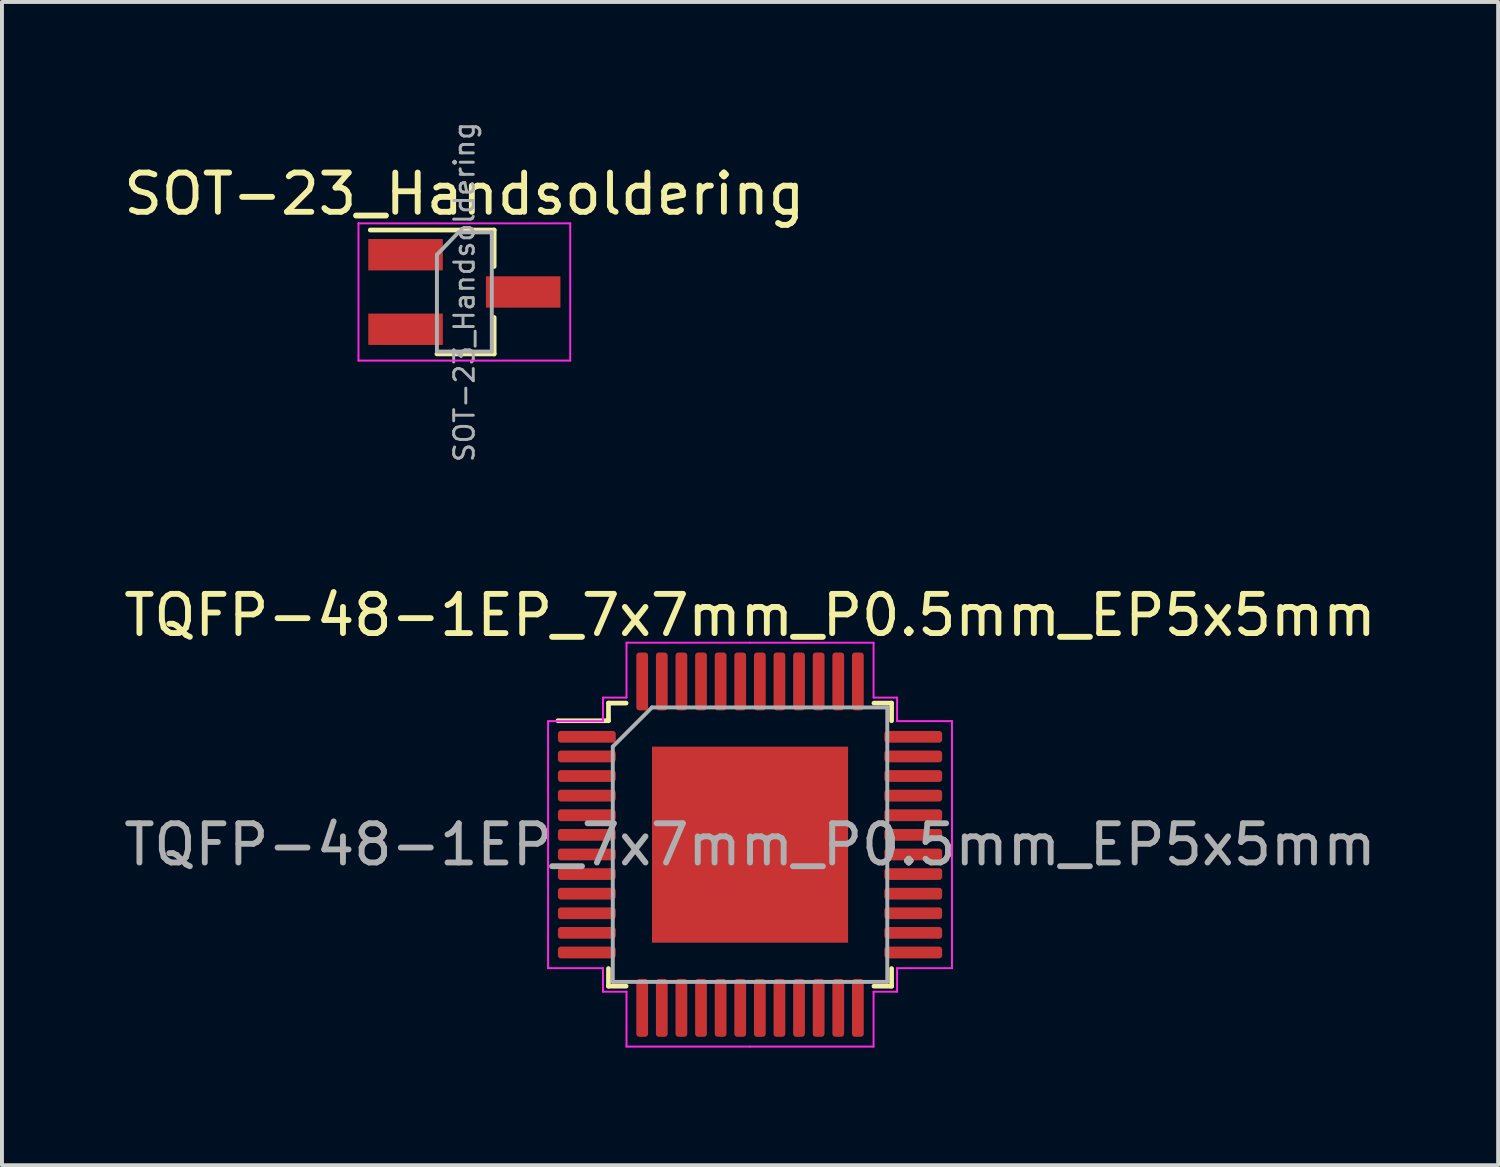
<source format=kicad_pcb>
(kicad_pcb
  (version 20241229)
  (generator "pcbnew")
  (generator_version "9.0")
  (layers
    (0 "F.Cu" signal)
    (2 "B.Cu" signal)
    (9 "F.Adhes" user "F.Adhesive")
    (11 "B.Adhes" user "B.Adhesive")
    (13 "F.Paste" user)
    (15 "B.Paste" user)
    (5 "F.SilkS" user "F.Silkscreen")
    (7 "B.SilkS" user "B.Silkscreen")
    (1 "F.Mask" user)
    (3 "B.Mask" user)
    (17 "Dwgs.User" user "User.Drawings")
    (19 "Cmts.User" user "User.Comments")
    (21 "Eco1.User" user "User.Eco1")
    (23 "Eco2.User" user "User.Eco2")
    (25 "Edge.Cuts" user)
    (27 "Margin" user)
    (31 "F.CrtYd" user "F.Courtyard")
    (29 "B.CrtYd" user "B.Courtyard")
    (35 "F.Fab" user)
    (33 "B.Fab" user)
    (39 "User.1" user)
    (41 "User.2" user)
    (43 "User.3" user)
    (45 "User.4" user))
  (footprint "TQFP-48-1EP_7x7mm_P0.5mm_EP5x5mm"
    (layer "F.Cu")
    (at 16.077 18.49)
    (property "Reference" "TQFP-48-1EP_7x7mm_P0.5mm_EP5x5mm" (at 0 -5.85 0) (layer "F.SilkS") (effects (font (size 1 1) (thickness 0.15))))
    (attr smd)
    (fp_line (start -3.61 -3.61) (end -3.61 -3.16) (stroke (width 0.12) (type solid)) (layer "F.SilkS"))
    (fp_line (start -3.61 -3.16) (end -4.9 -3.16) (stroke (width 0.12) (type solid)) (layer "F.SilkS"))
    (fp_line (start -3.61 3.61) (end -3.61 3.16) (stroke (width 0.12) (type solid)) (layer "F.SilkS"))
    (fp_line (start -3.16 -3.61) (end -3.61 -3.61) (stroke (width 0.12) (type solid)) (layer "F.SilkS"))
    (fp_line (start -3.16 3.61) (end -3.61 3.61) (stroke (width 0.12) (type solid)) (layer "F.SilkS"))
    (fp_line (start 3.16 -3.61) (end 3.61 -3.61) (stroke (width 0.12) (type solid)) (layer "F.SilkS"))
    (fp_line (start 3.16 3.61) (end 3.61 3.61) (stroke (width 0.12) (type solid)) (layer "F.SilkS"))
    (fp_line (start 3.61 -3.61) (end 3.61 -3.16) (stroke (width 0.12) (type solid)) (layer "F.SilkS"))
    (fp_line (start 3.61 3.61) (end 3.61 3.16) (stroke (width 0.12) (type solid)) (layer "F.SilkS"))
    (fp_line (start -5.15 -3.15) (end -5.15 0) (stroke (width 0.05) (type solid)) (layer "F.CrtYd"))
    (fp_line (start -5.15 3.15) (end -5.15 0) (stroke (width 0.05) (type solid)) (layer "F.CrtYd"))
    (fp_line (start -3.75 -3.75) (end -3.75 -3.15) (stroke (width 0.05) (type solid)) (layer "F.CrtYd"))
    (fp_line (start -3.75 -3.15) (end -5.15 -3.15) (stroke (width 0.05) (type solid)) (layer "F.CrtYd"))
    (fp_line (start -3.75 3.15) (end -5.15 3.15) (stroke (width 0.05) (type solid)) (layer "F.CrtYd"))
    (fp_line (start -3.75 3.75) (end -3.75 3.15) (stroke (width 0.05) (type solid)) (layer "F.CrtYd"))
    (fp_line (start -3.15 -5.15) (end -3.15 -3.75) (stroke (width 0.05) (type solid)) (layer "F.CrtYd"))
    (fp_line (start -3.15 -3.75) (end -3.75 -3.75) (stroke (width 0.05) (type solid)) (layer "F.CrtYd"))
    (fp_line (start -3.15 3.75) (end -3.75 3.75) (stroke (width 0.05) (type solid)) (layer "F.CrtYd"))
    (fp_line (start -3.15 5.15) (end -3.15 3.75) (stroke (width 0.05) (type solid)) (layer "F.CrtYd"))
    (fp_line (start 0 -5.15) (end -3.15 -5.15) (stroke (width 0.05) (type solid)) (layer "F.CrtYd"))
    (fp_line (start 0 -5.15) (end 3.15 -5.15) (stroke (width 0.05) (type solid)) (layer "F.CrtYd"))
    (fp_line (start 0 5.15) (end -3.15 5.15) (stroke (width 0.05) (type solid)) (layer "F.CrtYd"))
    (fp_line (start 0 5.15) (end 3.15 5.15) (stroke (width 0.05) (type solid)) (layer "F.CrtYd"))
    (fp_line (start 3.15 -5.15) (end 3.15 -3.75) (stroke (width 0.05) (type solid)) (layer "F.CrtYd"))
    (fp_line (start 3.15 -3.75) (end 3.75 -3.75) (stroke (width 0.05) (type solid)) (layer "F.CrtYd"))
    (fp_line (start 3.15 3.75) (end 3.75 3.75) (stroke (width 0.05) (type solid)) (layer "F.CrtYd"))
    (fp_line (start 3.15 5.15) (end 3.15 3.75) (stroke (width 0.05) (type solid)) (layer "F.CrtYd"))
    (fp_line (start 3.75 -3.75) (end 3.75 -3.15) (stroke (width 0.05) (type solid)) (layer "F.CrtYd"))
    (fp_line (start 3.75 -3.15) (end 5.15 -3.15) (stroke (width 0.05) (type solid)) (layer "F.CrtYd"))
    (fp_line (start 3.75 3.15) (end 5.15 3.15) (stroke (width 0.05) (type solid)) (layer "F.CrtYd"))
    (fp_line (start 3.75 3.75) (end 3.75 3.15) (stroke (width 0.05) (type solid)) (layer "F.CrtYd"))
    (fp_line (start 5.15 -3.15) (end 5.15 0) (stroke (width 0.05) (type solid)) (layer "F.CrtYd"))
    (fp_line (start 5.15 3.15) (end 5.15 0) (stroke (width 0.05) (type solid)) (layer "F.CrtYd"))
    (fp_line (start -3.5 -2.5) (end -2.5 -3.5) (stroke (width 0.1) (type solid)) (layer "F.Fab"))
    (fp_line (start -3.5 3.5) (end -3.5 -2.5) (stroke (width 0.1) (type solid)) (layer "F.Fab"))
    (fp_line (start -2.5 -3.5) (end 3.5 -3.5) (stroke (width 0.1) (type solid)) (layer "F.Fab"))
    (fp_line (start 3.5 -3.5) (end 3.5 3.5) (stroke (width 0.1) (type solid)) (layer "F.Fab"))
    (fp_line (start 3.5 3.5) (end -3.5 3.5) (stroke (width 0.1) (type solid)) (layer "F.Fab"))
    (fp_text user "${REFERENCE}" (at 0 0 0) (layer "F.Fab") (effects (font (size 1 1) (thickness 0.15))))
    (pad "" smd roundrect (at -1.875 -1.875) (size 1.01 1.01) (layers "F.Paste") (roundrect_rratio 0.248))
    (pad "" smd roundrect (at -1.875 -0.625) (size 1.01 1.01) (layers "F.Paste") (roundrect_rratio 0.248))
    (pad "" smd roundrect (at -1.875 0.625) (size 1.01 1.01) (layers "F.Paste") (roundrect_rratio 0.248))
    (pad "" smd roundrect (at -1.875 1.875) (size 1.01 1.01) (layers "F.Paste") (roundrect_rratio 0.248))
    (pad "" smd roundrect (at -0.625 -1.875) (size 1.01 1.01) (layers "F.Paste") (roundrect_rratio 0.248))
    (pad "" smd roundrect (at -0.625 -0.625) (size 1.01 1.01) (layers "F.Paste") (roundrect_rratio 0.248))
    (pad "" smd roundrect (at -0.625 0.625) (size 1.01 1.01) (layers "F.Paste") (roundrect_rratio 0.248))
    (pad "" smd roundrect (at -0.625 1.875) (size 1.01 1.01) (layers "F.Paste") (roundrect_rratio 0.248))
    (pad "" smd roundrect (at 0.625 -1.875) (size 1.01 1.01) (layers "F.Paste") (roundrect_rratio 0.248))
    (pad "" smd roundrect (at 0.625 -0.625) (size 1.01 1.01) (layers "F.Paste") (roundrect_rratio 0.248))
    (pad "" smd roundrect (at 0.625 0.625) (size 1.01 1.01) (layers "F.Paste") (roundrect_rratio 0.248))
    (pad "" smd roundrect (at 0.625 1.875) (size 1.01 1.01) (layers "F.Paste") (roundrect_rratio 0.248))
    (pad "" smd roundrect (at 1.875 -1.875) (size 1.01 1.01) (layers "F.Paste") (roundrect_rratio 0.248))
    (pad "" smd roundrect (at 1.875 -0.625) (size 1.01 1.01) (layers "F.Paste") (roundrect_rratio 0.248))
    (pad "" smd roundrect (at 1.875 0.625) (size 1.01 1.01) (layers "F.Paste") (roundrect_rratio 0.248))
    (pad "" smd roundrect (at 1.875 1.875) (size 1.01 1.01) (layers "F.Paste") (roundrect_rratio 0.248))
    (pad "1" smd roundrect (at -4.162 -2.75) (size 1.475 0.3) (layers "F.Cu" "F.Mask" "F.Paste") (roundrect_rratio 0.25))
    (pad "2" smd roundrect (at -4.162 -2.25) (size 1.475 0.3) (layers "F.Cu" "F.Mask" "F.Paste") (roundrect_rratio 0.25))
    (pad "3" smd roundrect (at -4.162 -1.75) (size 1.475 0.3) (layers "F.Cu" "F.Mask" "F.Paste") (roundrect_rratio 0.25))
    (pad "4" smd roundrect (at -4.162 -1.25) (size 1.475 0.3) (layers "F.Cu" "F.Mask" "F.Paste") (roundrect_rratio 0.25))
    (pad "5" smd roundrect (at -4.162 -0.75) (size 1.475 0.3) (layers "F.Cu" "F.Mask" "F.Paste") (roundrect_rratio 0.25))
    (pad "6" smd roundrect (at -4.162 -0.25) (size 1.475 0.3) (layers "F.Cu" "F.Mask" "F.Paste") (roundrect_rratio 0.25))
    (pad "7" smd roundrect (at -4.162 0.25) (size 1.475 0.3) (layers "F.Cu" "F.Mask" "F.Paste") (roundrect_rratio 0.25))
    (pad "8" smd roundrect (at -4.162 0.75) (size 1.475 0.3) (layers "F.Cu" "F.Mask" "F.Paste") (roundrect_rratio 0.25))
    (pad "9" smd roundrect (at -4.162 1.25) (size 1.475 0.3) (layers "F.Cu" "F.Mask" "F.Paste") (roundrect_rratio 0.25))
    (pad "10" smd roundrect (at -4.162 1.75) (size 1.475 0.3) (layers "F.Cu" "F.Mask" "F.Paste") (roundrect_rratio 0.25))
    (pad "11" smd roundrect (at -4.162 2.25) (size 1.475 0.3) (layers "F.Cu" "F.Mask" "F.Paste") (roundrect_rratio 0.25))
    (pad "12" smd roundrect (at -4.162 2.75) (size 1.475 0.3) (layers "F.Cu" "F.Mask" "F.Paste") (roundrect_rratio 0.25))
    (pad "13" smd roundrect (at -2.75 4.162) (size 0.3 1.475) (layers "F.Cu" "F.Mask" "F.Paste") (roundrect_rratio 0.25))
    (pad "14" smd roundrect (at -2.25 4.162) (size 0.3 1.475) (layers "F.Cu" "F.Mask" "F.Paste") (roundrect_rratio 0.25))
    (pad "15" smd roundrect (at -1.75 4.162) (size 0.3 1.475) (layers "F.Cu" "F.Mask" "F.Paste") (roundrect_rratio 0.25))
    (pad "16" smd roundrect (at -1.25 4.162) (size 0.3 1.475) (layers "F.Cu" "F.Mask" "F.Paste") (roundrect_rratio 0.25))
    (pad "17" smd roundrect (at -0.75 4.162) (size 0.3 1.475) (layers "F.Cu" "F.Mask" "F.Paste") (roundrect_rratio 0.25))
    (pad "18" smd roundrect (at -0.25 4.162) (size 0.3 1.475) (layers "F.Cu" "F.Mask" "F.Paste") (roundrect_rratio 0.25))
    (pad "19" smd roundrect (at 0.25 4.162) (size 0.3 1.475) (layers "F.Cu" "F.Mask" "F.Paste") (roundrect_rratio 0.25))
    (pad "20" smd roundrect (at 0.75 4.162) (size 0.3 1.475) (layers "F.Cu" "F.Mask" "F.Paste") (roundrect_rratio 0.25))
    (pad "21" smd roundrect (at 1.25 4.162) (size 0.3 1.475) (layers "F.Cu" "F.Mask" "F.Paste") (roundrect_rratio 0.25))
    (pad "22" smd roundrect (at 1.75 4.162) (size 0.3 1.475) (layers "F.Cu" "F.Mask" "F.Paste") (roundrect_rratio 0.25))
    (pad "23" smd roundrect (at 2.25 4.162) (size 0.3 1.475) (layers "F.Cu" "F.Mask" "F.Paste") (roundrect_rratio 0.25))
    (pad "24" smd roundrect (at 2.75 4.162) (size 0.3 1.475) (layers "F.Cu" "F.Mask" "F.Paste") (roundrect_rratio 0.25))
    (pad "25" smd roundrect (at 4.162 2.75) (size 1.475 0.3) (layers "F.Cu" "F.Mask" "F.Paste") (roundrect_rratio 0.25))
    (pad "26" smd roundrect (at 4.162 2.25) (size 1.475 0.3) (layers "F.Cu" "F.Mask" "F.Paste") (roundrect_rratio 0.25))
    (pad "27" smd roundrect (at 4.162 1.75) (size 1.475 0.3) (layers "F.Cu" "F.Mask" "F.Paste") (roundrect_rratio 0.25))
    (pad "28" smd roundrect (at 4.162 1.25) (size 1.475 0.3) (layers "F.Cu" "F.Mask" "F.Paste") (roundrect_rratio 0.25))
    (pad "29" smd roundrect (at 4.162 0.75) (size 1.475 0.3) (layers "F.Cu" "F.Mask" "F.Paste") (roundrect_rratio 0.25))
    (pad "30" smd roundrect (at 4.162 0.25) (size 1.475 0.3) (layers "F.Cu" "F.Mask" "F.Paste") (roundrect_rratio 0.25))
    (pad "31" smd roundrect (at 4.162 -0.25) (size 1.475 0.3) (layers "F.Cu" "F.Mask" "F.Paste") (roundrect_rratio 0.25))
    (pad "32" smd roundrect (at 4.162 -0.75) (size 1.475 0.3) (layers "F.Cu" "F.Mask" "F.Paste") (roundrect_rratio 0.25))
    (pad "33" smd roundrect (at 4.162 -1.25) (size 1.475 0.3) (layers "F.Cu" "F.Mask" "F.Paste") (roundrect_rratio 0.25))
    (pad "34" smd roundrect (at 4.162 -1.75) (size 1.475 0.3) (layers "F.Cu" "F.Mask" "F.Paste") (roundrect_rratio 0.25))
    (pad "35" smd roundrect (at 4.162 -2.25) (size 1.475 0.3) (layers "F.Cu" "F.Mask" "F.Paste") (roundrect_rratio 0.25))
    (pad "36" smd roundrect (at 4.162 -2.75) (size 1.475 0.3) (layers "F.Cu" "F.Mask" "F.Paste") (roundrect_rratio 0.25))
    (pad "37" smd roundrect (at 2.75 -4.162) (size 0.3 1.475) (layers "F.Cu" "F.Mask" "F.Paste") (roundrect_rratio 0.25))
    (pad "38" smd roundrect (at 2.25 -4.162) (size 0.3 1.475) (layers "F.Cu" "F.Mask" "F.Paste") (roundrect_rratio 0.25))
    (pad "39" smd roundrect (at 1.75 -4.162) (size 0.3 1.475) (layers "F.Cu" "F.Mask" "F.Paste") (roundrect_rratio 0.25))
    (pad "40" smd roundrect (at 1.25 -4.162) (size 0.3 1.475) (layers "F.Cu" "F.Mask" "F.Paste") (roundrect_rratio 0.25))
    (pad "41" smd roundrect (at 0.75 -4.162) (size 0.3 1.475) (layers "F.Cu" "F.Mask" "F.Paste") (roundrect_rratio 0.25))
    (pad "42" smd roundrect (at 0.25 -4.162) (size 0.3 1.475) (layers "F.Cu" "F.Mask" "F.Paste") (roundrect_rratio 0.25))
    (pad "43" smd roundrect (at -0.25 -4.162) (size 0.3 1.475) (layers "F.Cu" "F.Mask" "F.Paste") (roundrect_rratio 0.25))
    (pad "44" smd roundrect (at -0.75 -4.162) (size 0.3 1.475) (layers "F.Cu" "F.Mask" "F.Paste") (roundrect_rratio 0.25))
    (pad "45" smd roundrect (at -1.25 -4.162) (size 0.3 1.475) (layers "F.Cu" "F.Mask" "F.Paste") (roundrect_rratio 0.25))
    (pad "46" smd roundrect (at -1.75 -4.162) (size 0.3 1.475) (layers "F.Cu" "F.Mask" "F.Paste") (roundrect_rratio 0.25))
    (pad "47" smd roundrect (at -2.25 -4.162) (size 0.3 1.475) (layers "F.Cu" "F.Mask" "F.Paste") (roundrect_rratio 0.25))
    (pad "48" smd roundrect (at -2.75 -4.162) (size 0.3 1.475) (layers "F.Cu" "F.Mask" "F.Paste") (roundrect_rratio 0.25))
    (pad "49" smd rect (at 0 0) (size 5 5) (layers "F.Cu" "F.Mask")))
  (footprint "SOT-23_Handsoldering"
    (layer "F.Cu")
    (at 8.792 4.396)
    (property "Reference" "SOT-23_Handsoldering" (at 0 -2.5 180) (layer "F.SilkS") (effects (font (size 1 1) (thickness 0.15))))
    (attr smd)
    (fp_line (start 0.76 -1.58) (end -2.4 -1.58) (stroke (width 0.12) (type solid)) (layer "F.SilkS"))
    (fp_line (start 0.76 -1.58) (end 0.76 -0.65) (stroke (width 0.12) (type solid)) (layer "F.SilkS"))
    (fp_line (start 0.76 1.58) (end -0.7 1.58) (stroke (width 0.12) (type solid)) (layer "F.SilkS"))
    (fp_line (start 0.76 1.58) (end 0.76 0.65) (stroke (width 0.12) (type solid)) (layer "F.SilkS"))
    (fp_line (start -2.7 -1.75) (end 2.7 -1.75) (stroke (width 0.05) (type solid)) (layer "F.CrtYd"))
    (fp_line (start -2.7 1.75) (end -2.7 -1.75) (stroke (width 0.05) (type solid)) (layer "F.CrtYd"))
    (fp_line (start 2.7 -1.75) (end 2.7 1.75) (stroke (width 0.05) (type solid)) (layer "F.CrtYd"))
    (fp_line (start 2.7 1.75) (end -2.7 1.75) (stroke (width 0.05) (type solid)) (layer "F.CrtYd"))
    (fp_line (start -0.7 -0.95) (end -0.7 1.5) (stroke (width 0.1) (type solid)) (layer "F.Fab"))
    (fp_line (start -0.7 -0.95) (end -0.15 -1.52) (stroke (width 0.1) (type solid)) (layer "F.Fab"))
    (fp_line (start -0.7 1.52) (end 0.7 1.52) (stroke (width 0.1) (type solid)) (layer "F.Fab"))
    (fp_line (start -0.15 -1.52) (end 0.7 -1.52) (stroke (width 0.1) (type solid)) (layer "F.Fab"))
    (fp_line (start 0.7 -1.52) (end 0.7 1.52) (stroke (width 0.1) (type solid)) (layer "F.Fab"))
    (fp_text user "${REFERENCE}" (at 0 0 270) (layer "F.Fab") (effects (font (size 0.5 0.5) (thickness 0.075))))
    (pad "1" smd rect (at -1.5 -0.95) (size 1.9 0.8) (layers "F.Cu" "F.Mask" "F.Paste"))
    (pad "2" smd rect (at -1.5 0.95) (size 1.9 0.8) (layers "F.Cu" "F.Mask" "F.Paste"))
    (pad "3" smd rect (at 1.5 0) (size 1.9 0.8) (layers "F.Cu" "F.Mask" "F.Paste")))
  (gr_rect
    (start -3 -3)
    (end 35.155 26.665)
    (stroke (width 0.1) (type default))
    (fill no)
    (layer "Edge.Cuts")))
</source>
